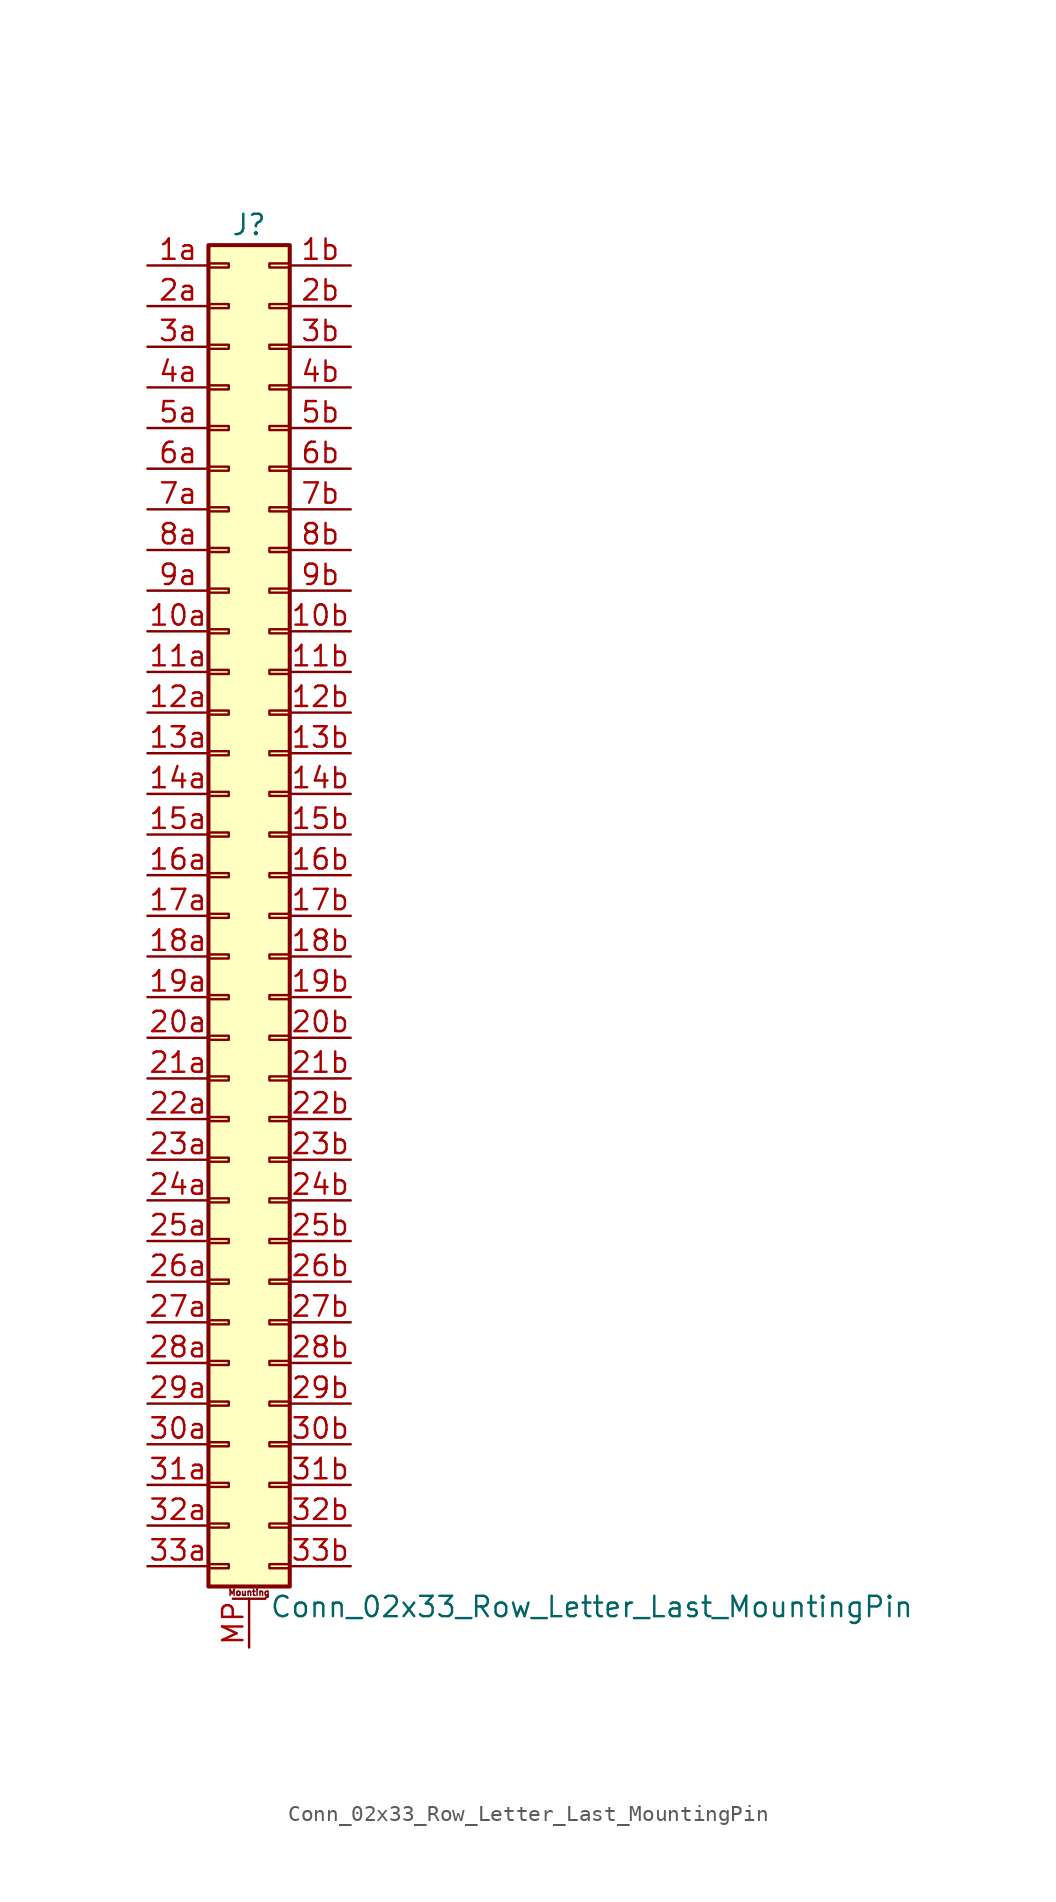
<source format=kicad_sym>
(kicad_symbol_lib
  (version 20220914)
  (generator kicad_symbol_editor)
  (symbol "Conn_02x33_Row_Letter_Last_MountingPin"
    (pin_names
      (offset 1.016) hide)
    (property "Reference" "J"
      (at 1.27 43.18 0)
      (effects (font (size 1.27 1.27))))
    (property "Value" "Conn_02x33_Row_Letter_Last_MountingPin"
      (at 2.54 -43.18 0)
      (effects (font (size 1.27 1.27)) (justify left)))
    (symbol "Conn_02x33_Row_Letter_Last_MountingPin_1_1"
      (rectangle (start -1.27 -40.513) (end 0 -40.767) (stroke (width 0.152) (type default)) (fill (type none)))
      (rectangle (start -1.27 -37.973) (end 0 -38.227) (stroke (width 0.152) (type default)) (fill (type none)))
      (rectangle (start -1.27 -35.433) (end 0 -35.687) (stroke (width 0.152) (type default)) (fill (type none)))
      (rectangle (start -1.27 -32.893) (end 0 -33.147) (stroke (width 0.152) (type default)) (fill (type none)))
      (rectangle (start -1.27 -30.353) (end 0 -30.607) (stroke (width 0.152) (type default)) (fill (type none)))
      (rectangle (start -1.27 -27.813) (end 0 -28.067) (stroke (width 0.152) (type default)) (fill (type none)))
      (rectangle (start -1.27 -25.273) (end 0 -25.527) (stroke (width 0.152) (type default)) (fill (type none)))
      (rectangle (start -1.27 -22.733) (end 0 -22.987) (stroke (width 0.152) (type default)) (fill (type none)))
      (rectangle (start -1.27 -20.193) (end 0 -20.447) (stroke (width 0.152) (type default)) (fill (type none)))
      (rectangle (start -1.27 -17.653) (end 0 -17.907) (stroke (width 0.152) (type default)) (fill (type none)))
      (rectangle (start -1.27 -15.113) (end 0 -15.367) (stroke (width 0.152) (type default)) (fill (type none)))
      (rectangle (start -1.27 -12.573) (end 0 -12.827) (stroke (width 0.152) (type default)) (fill (type none)))
      (rectangle (start -1.27 -10.033) (end 0 -10.287) (stroke (width 0.152) (type default)) (fill (type none)))
      (rectangle (start -1.27 -7.493) (end 0 -7.747) (stroke (width 0.152) (type default)) (fill (type none)))
      (rectangle (start -1.27 -4.953) (end 0 -5.207) (stroke (width 0.152) (type default)) (fill (type none)))
      (rectangle (start -1.27 -2.413) (end 0 -2.667) (stroke (width 0.152) (type default)) (fill (type none)))
      (rectangle (start -1.27 0.127) (end 0 -0.127) (stroke (width 0.152) (type default)) (fill (type none)))
      (rectangle (start -1.27 2.667) (end 0 2.413) (stroke (width 0.152) (type default)) (fill (type none)))
      (rectangle (start -1.27 5.207) (end 0 4.953) (stroke (width 0.152) (type default)) (fill (type none)))
      (rectangle (start -1.27 7.747) (end 0 7.493) (stroke (width 0.152) (type default)) (fill (type none)))
      (rectangle (start -1.27 10.287) (end 0 10.033) (stroke (width 0.152) (type default)) (fill (type none)))
      (rectangle (start -1.27 12.827) (end 0 12.573) (stroke (width 0.152) (type default)) (fill (type none)))
      (rectangle (start -1.27 15.367) (end 0 15.113) (stroke (width 0.152) (type default)) (fill (type none)))
      (rectangle (start -1.27 17.907) (end 0 17.653) (stroke (width 0.152) (type default)) (fill (type none)))
      (rectangle (start -1.27 20.447) (end 0 20.193) (stroke (width 0.152) (type default)) (fill (type none)))
      (rectangle (start -1.27 22.987) (end 0 22.733) (stroke (width 0.152) (type default)) (fill (type none)))
      (rectangle (start -1.27 25.527) (end 0 25.273) (stroke (width 0.152) (type default)) (fill (type none)))
      (rectangle (start -1.27 28.067) (end 0 27.813) (stroke (width 0.152) (type default)) (fill (type none)))
      (rectangle (start -1.27 30.607) (end 0 30.353) (stroke (width 0.152) (type default)) (fill (type none)))
      (rectangle (start -1.27 33.147) (end 0 32.893) (stroke (width 0.152) (type default)) (fill (type none)))
      (rectangle (start -1.27 35.687) (end 0 35.433) (stroke (width 0.152) (type default)) (fill (type none)))
      (rectangle (start -1.27 38.227) (end 0 37.973) (stroke (width 0.152) (type default)) (fill (type none)))
      (rectangle (start -1.27 40.767) (end 0 40.513) (stroke (width 0.152) (type default)) (fill (type none)))
      (rectangle (start -1.27 41.91) (end 3.81 -41.91) (stroke (width 0.254) (type default)) (fill (type background)))
      (polyline (pts (xy 0.254 -42.672) (xy 2.286 -42.672)) (stroke (width 0.152) (type default)) (fill (type none)))
      (rectangle (start 3.81 -40.513) (end 2.54 -40.767) (stroke (width 0.152) (type default)) (fill (type none)))
      (rectangle (start 3.81 -37.973) (end 2.54 -38.227) (stroke (width 0.152) (type default)) (fill (type none)))
      (rectangle (start 3.81 -35.433) (end 2.54 -35.687) (stroke (width 0.152) (type default)) (fill (type none)))
      (rectangle (start 3.81 -32.893) (end 2.54 -33.147) (stroke (width 0.152) (type default)) (fill (type none)))
      (rectangle (start 3.81 -30.353) (end 2.54 -30.607) (stroke (width 0.152) (type default)) (fill (type none)))
      (rectangle (start 3.81 -27.813) (end 2.54 -28.067) (stroke (width 0.152) (type default)) (fill (type none)))
      (rectangle (start 3.81 -25.273) (end 2.54 -25.527) (stroke (width 0.152) (type default)) (fill (type none)))
      (rectangle (start 3.81 -22.733) (end 2.54 -22.987) (stroke (width 0.152) (type default)) (fill (type none)))
      (rectangle (start 3.81 -20.193) (end 2.54 -20.447) (stroke (width 0.152) (type default)) (fill (type none)))
      (rectangle (start 3.81 -17.653) (end 2.54 -17.907) (stroke (width 0.152) (type default)) (fill (type none)))
      (rectangle (start 3.81 -15.113) (end 2.54 -15.367) (stroke (width 0.152) (type default)) (fill (type none)))
      (rectangle (start 3.81 -12.573) (end 2.54 -12.827) (stroke (width 0.152) (type default)) (fill (type none)))
      (rectangle (start 3.81 -10.033) (end 2.54 -10.287) (stroke (width 0.152) (type default)) (fill (type none)))
      (rectangle (start 3.81 -7.493) (end 2.54 -7.747) (stroke (width 0.152) (type default)) (fill (type none)))
      (rectangle (start 3.81 -4.953) (end 2.54 -5.207) (stroke (width 0.152) (type default)) (fill (type none)))
      (rectangle (start 3.81 -2.413) (end 2.54 -2.667) (stroke (width 0.152) (type default)) (fill (type none)))
      (rectangle (start 3.81 0.127) (end 2.54 -0.127) (stroke (width 0.152) (type default)) (fill (type none)))
      (rectangle (start 3.81 2.667) (end 2.54 2.413) (stroke (width 0.152) (type default)) (fill (type none)))
      (rectangle (start 3.81 5.207) (end 2.54 4.953) (stroke (width 0.152) (type default)) (fill (type none)))
      (rectangle (start 3.81 7.747) (end 2.54 7.493) (stroke (width 0.152) (type default)) (fill (type none)))
      (rectangle (start 3.81 10.287) (end 2.54 10.033) (stroke (width 0.152) (type default)) (fill (type none)))
      (rectangle (start 3.81 12.827) (end 2.54 12.573) (stroke (width 0.152) (type default)) (fill (type none)))
      (rectangle (start 3.81 15.367) (end 2.54 15.113) (stroke (width 0.152) (type default)) (fill (type none)))
      (rectangle (start 3.81 17.907) (end 2.54 17.653) (stroke (width 0.152) (type default)) (fill (type none)))
      (rectangle (start 3.81 20.447) (end 2.54 20.193) (stroke (width 0.152) (type default)) (fill (type none)))
      (rectangle (start 3.81 22.987) (end 2.54 22.733) (stroke (width 0.152) (type default)) (fill (type none)))
      (rectangle (start 3.81 25.527) (end 2.54 25.273) (stroke (width 0.152) (type default)) (fill (type none)))
      (rectangle (start 3.81 28.067) (end 2.54 27.813) (stroke (width 0.152) (type default)) (fill (type none)))
      (rectangle (start 3.81 30.607) (end 2.54 30.353) (stroke (width 0.152) (type default)) (fill (type none)))
      (rectangle (start 3.81 33.147) (end 2.54 32.893) (stroke (width 0.152) (type default)) (fill (type none)))
      (rectangle (start 3.81 35.687) (end 2.54 35.433) (stroke (width 0.152) (type default)) (fill (type none)))
      (rectangle (start 3.81 38.227) (end 2.54 37.973) (stroke (width 0.152) (type default)) (fill (type none)))
      (rectangle (start 3.81 40.767) (end 2.54 40.513) (stroke (width 0.152) (type default)) (fill (type none)))
      (text "Mounting" (at 1.27 -42.291 0) (effects (font (size 0.381 0.381))))
      (pin passive line (at -5.08 17.78 0) (length 3.81) (name "Pin_10a" (effects (font (size 1.27 1.27)))) (number "10a" (effects (font (size 1.27 1.27)))))
      (pin passive line (at 7.62 17.78 180) (length 3.81) (name "Pin_10b" (effects (font (size 1.27 1.27)))) (number "10b" (effects (font (size 1.27 1.27)))))
      (pin passive line (at -5.08 15.24 0) (length 3.81) (name "Pin_11a" (effects (font (size 1.27 1.27)))) (number "11a" (effects (font (size 1.27 1.27)))))
      (pin passive line (at 7.62 15.24 180) (length 3.81) (name "Pin_11b" (effects (font (size 1.27 1.27)))) (number "11b" (effects (font (size 1.27 1.27)))))
      (pin passive line (at -5.08 12.7 0) (length 3.81) (name "Pin_12a" (effects (font (size 1.27 1.27)))) (number "12a" (effects (font (size 1.27 1.27)))))
      (pin passive line (at 7.62 12.7 180) (length 3.81) (name "Pin_12b" (effects (font (size 1.27 1.27)))) (number "12b" (effects (font (size 1.27 1.27)))))
      (pin passive line (at -5.08 10.16 0) (length 3.81) (name "Pin_13a" (effects (font (size 1.27 1.27)))) (number "13a" (effects (font (size 1.27 1.27)))))
      (pin passive line (at 7.62 10.16 180) (length 3.81) (name "Pin_13b" (effects (font (size 1.27 1.27)))) (number "13b" (effects (font (size 1.27 1.27)))))
      (pin passive line (at -5.08 7.62 0) (length 3.81) (name "Pin_14a" (effects (font (size 1.27 1.27)))) (number "14a" (effects (font (size 1.27 1.27)))))
      (pin passive line (at 7.62 7.62 180) (length 3.81) (name "Pin_14b" (effects (font (size 1.27 1.27)))) (number "14b" (effects (font (size 1.27 1.27)))))
      (pin passive line (at -5.08 5.08 0) (length 3.81) (name "Pin_15a" (effects (font (size 1.27 1.27)))) (number "15a" (effects (font (size 1.27 1.27)))))
      (pin passive line (at 7.62 5.08 180) (length 3.81) (name "Pin_15b" (effects (font (size 1.27 1.27)))) (number "15b" (effects (font (size 1.27 1.27)))))
      (pin passive line (at -5.08 2.54 0) (length 3.81) (name "Pin_16a" (effects (font (size 1.27 1.27)))) (number "16a" (effects (font (size 1.27 1.27)))))
      (pin passive line (at 7.62 2.54 180) (length 3.81) (name "Pin_16b" (effects (font (size 1.27 1.27)))) (number "16b" (effects (font (size 1.27 1.27)))))
      (pin passive line (at -5.08 0 0) (length 3.81) (name "Pin_17a" (effects (font (size 1.27 1.27)))) (number "17a" (effects (font (size 1.27 1.27)))))
      (pin passive line (at 7.62 0 180) (length 3.81) (name "Pin_17b" (effects (font (size 1.27 1.27)))) (number "17b" (effects (font (size 1.27 1.27)))))
      (pin passive line (at -5.08 -2.54 0) (length 3.81) (name "Pin_18a" (effects (font (size 1.27 1.27)))) (number "18a" (effects (font (size 1.27 1.27)))))
      (pin passive line (at 7.62 -2.54 180) (length 3.81) (name "Pin_18b" (effects (font (size 1.27 1.27)))) (number "18b" (effects (font (size 1.27 1.27)))))
      (pin passive line (at -5.08 -5.08 0) (length 3.81) (name "Pin_19a" (effects (font (size 1.27 1.27)))) (number "19a" (effects (font (size 1.27 1.27)))))
      (pin passive line (at 7.62 -5.08 180) (length 3.81) (name "Pin_19b" (effects (font (size 1.27 1.27)))) (number "19b" (effects (font (size 1.27 1.27)))))
      (pin passive line (at -5.08 40.64 0) (length 3.81) (name "Pin_1a" (effects (font (size 1.27 1.27)))) (number "1a" (effects (font (size 1.27 1.27)))))
      (pin passive line (at 7.62 40.64 180) (length 3.81) (name "Pin_1b" (effects (font (size 1.27 1.27)))) (number "1b" (effects (font (size 1.27 1.27)))))
      (pin passive line (at -5.08 -7.62 0) (length 3.81) (name "Pin_20a" (effects (font (size 1.27 1.27)))) (number "20a" (effects (font (size 1.27 1.27)))))
      (pin passive line (at 7.62 -7.62 180) (length 3.81) (name "Pin_20b" (effects (font (size 1.27 1.27)))) (number "20b" (effects (font (size 1.27 1.27)))))
      (pin passive line (at -5.08 -10.16 0) (length 3.81) (name "Pin_21a" (effects (font (size 1.27 1.27)))) (number "21a" (effects (font (size 1.27 1.27)))))
      (pin passive line (at 7.62 -10.16 180) (length 3.81) (name "Pin_21b" (effects (font (size 1.27 1.27)))) (number "21b" (effects (font (size 1.27 1.27)))))
      (pin passive line (at -5.08 -12.7 0) (length 3.81) (name "Pin_22a" (effects (font (size 1.27 1.27)))) (number "22a" (effects (font (size 1.27 1.27)))))
      (pin passive line (at 7.62 -12.7 180) (length 3.81) (name "Pin_22b" (effects (font (size 1.27 1.27)))) (number "22b" (effects (font (size 1.27 1.27)))))
      (pin passive line (at -5.08 -15.24 0) (length 3.81) (name "Pin_23a" (effects (font (size 1.27 1.27)))) (number "23a" (effects (font (size 1.27 1.27)))))
      (pin passive line (at 7.62 -15.24 180) (length 3.81) (name "Pin_23b" (effects (font (size 1.27 1.27)))) (number "23b" (effects (font (size 1.27 1.27)))))
      (pin passive line (at -5.08 -17.78 0) (length 3.81) (name "Pin_24a" (effects (font (size 1.27 1.27)))) (number "24a" (effects (font (size 1.27 1.27)))))
      (pin passive line (at 7.62 -17.78 180) (length 3.81) (name "Pin_24b" (effects (font (size 1.27 1.27)))) (number "24b" (effects (font (size 1.27 1.27)))))
      (pin passive line (at -5.08 -20.32 0) (length 3.81) (name "Pin_25a" (effects (font (size 1.27 1.27)))) (number "25a" (effects (font (size 1.27 1.27)))))
      (pin passive line (at 7.62 -20.32 180) (length 3.81) (name "Pin_25b" (effects (font (size 1.27 1.27)))) (number "25b" (effects (font (size 1.27 1.27)))))
      (pin passive line (at -5.08 -22.86 0) (length 3.81) (name "Pin_26a" (effects (font (size 1.27 1.27)))) (number "26a" (effects (font (size 1.27 1.27)))))
      (pin passive line (at 7.62 -22.86 180) (length 3.81) (name "Pin_26b" (effects (font (size 1.27 1.27)))) (number "26b" (effects (font (size 1.27 1.27)))))
      (pin passive line (at -5.08 -25.4 0) (length 3.81) (name "Pin_27a" (effects (font (size 1.27 1.27)))) (number "27a" (effects (font (size 1.27 1.27)))))
      (pin passive line (at 7.62 -25.4 180) (length 3.81) (name "Pin_27b" (effects (font (size 1.27 1.27)))) (number "27b" (effects (font (size 1.27 1.27)))))
      (pin passive line (at -5.08 -27.94 0) (length 3.81) (name "Pin_28a" (effects (font (size 1.27 1.27)))) (number "28a" (effects (font (size 1.27 1.27)))))
      (pin passive line (at 7.62 -27.94 180) (length 3.81) (name "Pin_28b" (effects (font (size 1.27 1.27)))) (number "28b" (effects (font (size 1.27 1.27)))))
      (pin passive line (at -5.08 -30.48 0) (length 3.81) (name "Pin_29a" (effects (font (size 1.27 1.27)))) (number "29a" (effects (font (size 1.27 1.27)))))
      (pin passive line (at 7.62 -30.48 180) (length 3.81) (name "Pin_29b" (effects (font (size 1.27 1.27)))) (number "29b" (effects (font (size 1.27 1.27)))))
      (pin passive line (at -5.08 38.1 0) (length 3.81) (name "Pin_2a" (effects (font (size 1.27 1.27)))) (number "2a" (effects (font (size 1.27 1.27)))))
      (pin passive line (at 7.62 38.1 180) (length 3.81) (name "Pin_2b" (effects (font (size 1.27 1.27)))) (number "2b" (effects (font (size 1.27 1.27)))))
      (pin passive line (at -5.08 -33.02 0) (length 3.81) (name "Pin_30a" (effects (font (size 1.27 1.27)))) (number "30a" (effects (font (size 1.27 1.27)))))
      (pin passive line (at 7.62 -33.02 180) (length 3.81) (name "Pin_30b" (effects (font (size 1.27 1.27)))) (number "30b" (effects (font (size 1.27 1.27)))))
      (pin passive line (at -5.08 -35.56 0) (length 3.81) (name "Pin_31a" (effects (font (size 1.27 1.27)))) (number "31a" (effects (font (size 1.27 1.27)))))
      (pin passive line (at 7.62 -35.56 180) (length 3.81) (name "Pin_31b" (effects (font (size 1.27 1.27)))) (number "31b" (effects (font (size 1.27 1.27)))))
      (pin passive line (at -5.08 -38.1 0) (length 3.81) (name "Pin_32a" (effects (font (size 1.27 1.27)))) (number "32a" (effects (font (size 1.27 1.27)))))
      (pin passive line (at 7.62 -38.1 180) (length 3.81) (name "Pin_32b" (effects (font (size 1.27 1.27)))) (number "32b" (effects (font (size 1.27 1.27)))))
      (pin passive line (at -5.08 -40.64 0) (length 3.81) (name "Pin_33a" (effects (font (size 1.27 1.27)))) (number "33a" (effects (font (size 1.27 1.27)))))
      (pin passive line (at 7.62 -40.64 180) (length 3.81) (name "Pin_33b" (effects (font (size 1.27 1.27)))) (number "33b" (effects (font (size 1.27 1.27)))))
      (pin passive line (at -5.08 35.56 0) (length 3.81) (name "Pin_3a" (effects (font (size 1.27 1.27)))) (number "3a" (effects (font (size 1.27 1.27)))))
      (pin passive line (at 7.62 35.56 180) (length 3.81) (name "Pin_3b" (effects (font (size 1.27 1.27)))) (number "3b" (effects (font (size 1.27 1.27)))))
      (pin passive line (at -5.08 33.02 0) (length 3.81) (name "Pin_4a" (effects (font (size 1.27 1.27)))) (number "4a" (effects (font (size 1.27 1.27)))))
      (pin passive line (at 7.62 33.02 180) (length 3.81) (name "Pin_4b" (effects (font (size 1.27 1.27)))) (number "4b" (effects (font (size 1.27 1.27)))))
      (pin passive line (at -5.08 30.48 0) (length 3.81) (name "Pin_5a" (effects (font (size 1.27 1.27)))) (number "5a" (effects (font (size 1.27 1.27)))))
      (pin passive line (at 7.62 30.48 180) (length 3.81) (name "Pin_5b" (effects (font (size 1.27 1.27)))) (number "5b" (effects (font (size 1.27 1.27)))))
      (pin passive line (at -5.08 27.94 0) (length 3.81) (name "Pin_6a" (effects (font (size 1.27 1.27)))) (number "6a" (effects (font (size 1.27 1.27)))))
      (pin passive line (at 7.62 27.94 180) (length 3.81) (name "Pin_6b" (effects (font (size 1.27 1.27)))) (number "6b" (effects (font (size 1.27 1.27)))))
      (pin passive line (at -5.08 25.4 0) (length 3.81) (name "Pin_7a" (effects (font (size 1.27 1.27)))) (number "7a" (effects (font (size 1.27 1.27)))))
      (pin passive line (at 7.62 25.4 180) (length 3.81) (name "Pin_7b" (effects (font (size 1.27 1.27)))) (number "7b" (effects (font (size 1.27 1.27)))))
      (pin passive line (at -5.08 22.86 0) (length 3.81) (name "Pin_8a" (effects (font (size 1.27 1.27)))) (number "8a" (effects (font (size 1.27 1.27)))))
      (pin passive line (at 7.62 22.86 180) (length 3.81) (name "Pin_8b" (effects (font (size 1.27 1.27)))) (number "8b" (effects (font (size 1.27 1.27)))))
      (pin passive line (at -5.08 20.32 0) (length 3.81) (name "Pin_9a" (effects (font (size 1.27 1.27)))) (number "9a" (effects (font (size 1.27 1.27)))))
      (pin passive line (at 7.62 20.32 180) (length 3.81) (name "Pin_9b" (effects (font (size 1.27 1.27)))) (number "9b" (effects (font (size 1.27 1.27)))))
      (pin passive line (at 1.27 -45.72 90) (length 3.048) (name "MountPin" (effects (font (size 1.27 1.27)))) (number "MP" (effects (font (size 1.27 1.27))))))))
</source>
